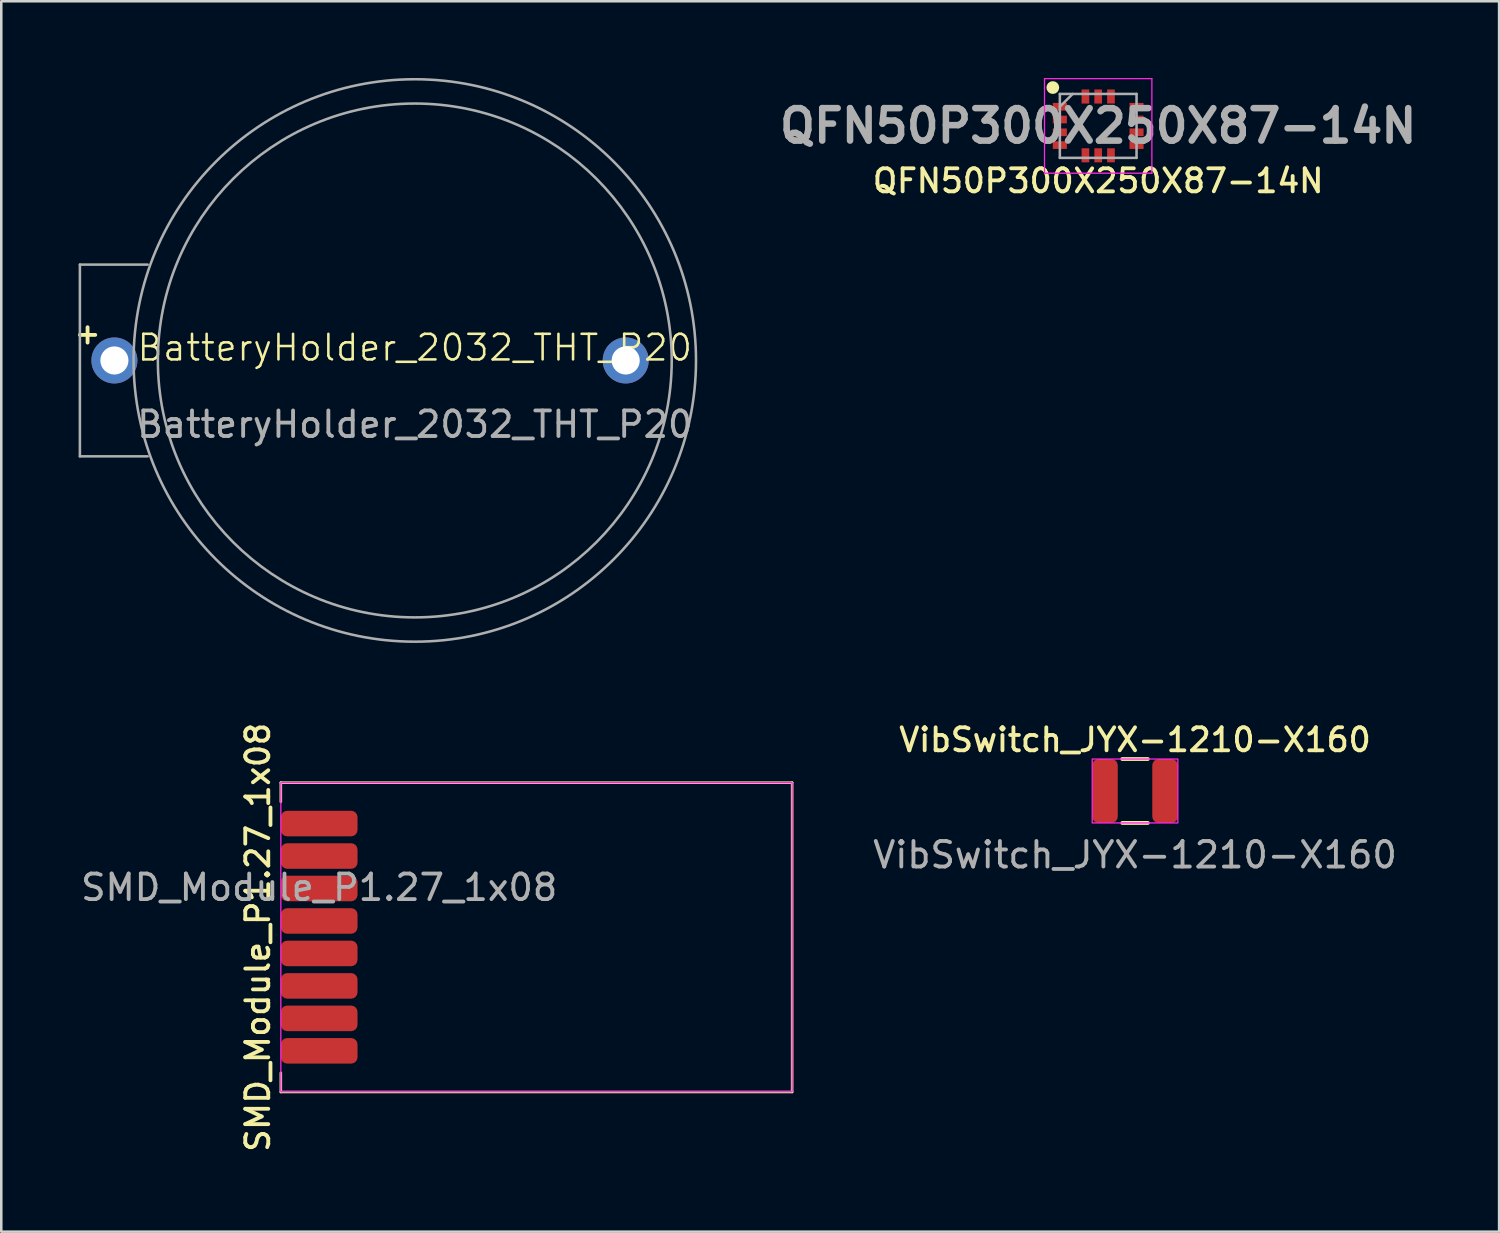
<source format=kicad_pcb>
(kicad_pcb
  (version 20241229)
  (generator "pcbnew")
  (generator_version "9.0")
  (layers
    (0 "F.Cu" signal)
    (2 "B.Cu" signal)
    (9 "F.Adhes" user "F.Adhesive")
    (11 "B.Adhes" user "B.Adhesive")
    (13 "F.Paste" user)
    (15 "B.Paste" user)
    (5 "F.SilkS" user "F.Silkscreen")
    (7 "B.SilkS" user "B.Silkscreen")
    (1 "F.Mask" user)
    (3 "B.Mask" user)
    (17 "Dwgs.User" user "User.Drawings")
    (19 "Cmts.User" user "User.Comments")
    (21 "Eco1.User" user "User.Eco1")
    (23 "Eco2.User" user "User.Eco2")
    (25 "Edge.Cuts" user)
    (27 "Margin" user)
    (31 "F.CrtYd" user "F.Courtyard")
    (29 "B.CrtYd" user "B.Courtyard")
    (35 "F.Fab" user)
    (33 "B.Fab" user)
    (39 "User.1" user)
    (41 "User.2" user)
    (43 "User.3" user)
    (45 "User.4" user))
  (footprint "SMD_Module_P1.27_1x08"
    (layer "F.Cu")
    (at 9.435 29.164)
    (property "Reference" "SMD_Module_P1.27_1x08" (at -2.4 4.45 90) (unlocked yes) (layer "F.SilkS") (effects (font (size 0.9 0.9) (thickness 0.15) (bold yes))))
    (attr smd)
    (fp_line (start -1.5 -1.6) (end 18.5 -1.6) (stroke (width 0.1) (type default)) (layer "F.SilkS"))
    (fp_line (start -1.5 -0.85) (end -1.5 -1.6) (stroke (width 0.1) (type default)) (layer "F.SilkS"))
    (fp_line (start -1.5 10.5) (end -1.5 9.75) (stroke (width 0.1) (type default)) (layer "F.SilkS"))
    (fp_line (start -1.5 10.5) (end 18.5 10.5) (stroke (width 0.1) (type default)) (layer "F.SilkS"))
    (fp_line (start 18.5 -1.6) (end 18.5 10.5) (stroke (width 0.1) (type default)) (layer "F.SilkS"))
    (fp_rect (start -1.5 -1.6) (end 18.5 10.49) (stroke (width 0.05) (type default)) (fill no) (layer "F.CrtYd"))
    (fp_text user "${REFERENCE}" (at 0 2.5 0) (unlocked yes) (layer "F.Fab") (effects (font (size 1 1) (thickness 0.15))))
    (pad "1" smd roundrect (at 0 0) (size 3 1) (layers "F.Cu" "F.Mask" "F.Paste") (roundrect_rratio 0.25))
    (pad "2" smd roundrect (at 0 1.27) (size 3 1) (layers "F.Cu" "F.Mask" "F.Paste") (roundrect_rratio 0.25))
    (pad "3" smd roundrect (at 0 2.54) (size 3 1) (layers "F.Cu" "F.Mask" "F.Paste") (roundrect_rratio 0.25))
    (pad "4" smd roundrect (at 0 3.81) (size 3 1) (layers "F.Cu" "F.Mask" "F.Paste") (roundrect_rratio 0.25))
    (pad "5" smd roundrect (at 0 5.08) (size 3 1) (layers "F.Cu" "F.Mask" "F.Paste") (roundrect_rratio 0.25))
    (pad "6" smd roundrect (at 0 6.35) (size 3 1) (layers "F.Cu" "F.Mask" "F.Paste") (roundrect_rratio 0.25))
    (pad "7" smd roundrect (at 0 7.62) (size 3 1) (layers "F.Cu" "F.Mask" "F.Paste") (roundrect_rratio 0.25))
    (pad "8" smd roundrect (at 0 8.89) (size 3 1) (layers "F.Cu" "F.Mask" "F.Paste") (roundrect_rratio 0.25)))
  (footprint "QFN50P300X250X87-14N"
    (layer "F.Cu")
    (at 39.907 1.875)
    (property "Reference" "QFN50P300X250X87-14N" (at 0 2.15 0) (layer "F.SilkS") (effects (font (size 0.9 0.9) (thickness 0.15) (bold yes))))
    (attr smd)
    (fp_circle (center -1.775 -1.5) (end -1.775 -1.375) (stroke (width 0.25) (type solid)) (fill no) (layer "F.SilkS"))
    (fp_line (start -2.1 -1.85) (end 2.1 -1.85) (stroke (width 0.05) (type solid)) (layer "F.CrtYd"))
    (fp_line (start -2.1 1.85) (end -2.1 -1.85) (stroke (width 0.05) (type solid)) (layer "F.CrtYd"))
    (fp_line (start 2.1 -1.85) (end 2.1 1.85) (stroke (width 0.05) (type solid)) (layer "F.CrtYd"))
    (fp_line (start 2.1 1.85) (end -2.1 1.85) (stroke (width 0.05) (type solid)) (layer "F.CrtYd"))
    (fp_line (start -1.5 -1.25) (end 1.5 -1.25) (stroke (width 0.1) (type solid)) (layer "F.Fab"))
    (fp_line (start -1.5 -0.75) (end -1 -1.25) (stroke (width 0.1) (type solid)) (layer "F.Fab"))
    (fp_line (start -1.5 1.25) (end -1.5 -1.25) (stroke (width 0.1) (type solid)) (layer "F.Fab"))
    (fp_line (start 1.5 -1.25) (end 1.5 1.25) (stroke (width 0.1) (type solid)) (layer "F.Fab"))
    (fp_line (start 1.5 1.25) (end -1.5 1.25) (stroke (width 0.1) (type solid)) (layer "F.Fab"))
    (fp_text user "${REFERENCE}" (at 0 0 0) (layer "F.Fab") (effects (font (size 1.27 1.27) (thickness 0.254))))
    (pad "1" smd rect (at -1.5 -0.75 90) (size 0.3 0.55) (layers "F.Cu" "F.Mask" "F.Paste"))
    (pad "2" smd rect (at -1.5 -0.25 90) (size 0.3 0.55) (layers "F.Cu" "F.Mask" "F.Paste"))
    (pad "3" smd rect (at -1.5 0.25 90) (size 0.3 0.55) (layers "F.Cu" "F.Mask" "F.Paste"))
    (pad "4" smd rect (at -1.5 0.75 90) (size 0.3 0.55) (layers "F.Cu" "F.Mask" "F.Paste"))
    (pad "5" smd rect (at -0.5 1.15) (size 0.3 0.55) (layers "F.Cu" "F.Mask" "F.Paste"))
    (pad "6" smd rect (at 0 1.15) (size 0.3 0.55) (layers "F.Cu" "F.Mask" "F.Paste"))
    (pad "7" smd rect (at 0.5 1.15) (size 0.3 0.55) (layers "F.Cu" "F.Mask" "F.Paste"))
    (pad "8" smd rect (at 1.5 0.75 90) (size 0.3 0.55) (layers "F.Cu" "F.Mask" "F.Paste"))
    (pad "9" smd rect (at 1.5 0.25 90) (size 0.3 0.55) (layers "F.Cu" "F.Mask" "F.Paste"))
    (pad "10" smd rect (at 1.5 -0.25 90) (size 0.3 0.55) (layers "F.Cu" "F.Mask" "F.Paste"))
    (pad "11" smd rect (at 1.5 -0.75 90) (size 0.3 0.55) (layers "F.Cu" "F.Mask" "F.Paste"))
    (pad "12" smd rect (at 0.5 -1.15) (size 0.3 0.55) (layers "F.Cu" "F.Mask" "F.Paste"))
    (pad "13" smd rect (at 0 -1.15) (size 0.3 0.55) (layers "F.Cu" "F.Mask" "F.Paste"))
    (pad "14" smd rect (at -0.5 -1.15) (size 0.3 0.55) (layers "F.Cu" "F.Mask" "F.Paste")))
  (footprint "VibSwitch_JYX-1210-X160"
    (layer "F.Cu")
    (at 41.348 27.89)
    (property "Reference" "VibSwitch_JYX-1210-X160" (at 0 -2 0) (unlocked yes) (layer "F.SilkS") (effects (font (size 0.9 0.9) (thickness 0.15) (bold yes))))
    (attr smd)
    (fp_line (start -0.5 -1.25) (end 0.5 -1.25) (stroke (width 0.15) (type default)) (layer "F.SilkS"))
    (fp_line (start -0.5 1.25) (end 0.5 1.25) (stroke (width 0.15) (type default)) (layer "F.SilkS"))
    (fp_rect (start -1.675 -1.25) (end 1.675 1.25) (stroke (width 0.05) (type default)) (fill no) (layer "F.CrtYd"))
    (fp_text user "${REFERENCE}" (at 0 2.5 0) (unlocked yes) (layer "F.Fab") (effects (font (size 1 1) (thickness 0.15))))
    (pad "1" smd roundrect (at -1.175 0) (size 1 2.5) (layers "F.Cu" "F.Mask" "F.Paste") (roundrect_rratio 0.25))
    (pad "1" smd roundrect (at 1.175 0) (size 1 2.5) (layers "F.Cu" "F.Mask" "F.Paste") (roundrect_rratio 0.25)))
  (footprint "BatteryHolder_2032_THT_P20"
    (layer "F.Cu")
    (at 13.175 11.05)
    (property "Reference" "BatteryHolder_2032_THT_P20" (at 0 -0.5 0) (unlocked yes) (layer "F.SilkS") (effects (font (size 1 1) (thickness 0.1))))
    (attr through_hole)
    (fp_line (start -13.1 -1) (end -12.5 -1) (stroke (width 0.15) (type default)) (layer "F.SilkS"))
    (fp_line (start -12.8 -0.7) (end -12.8 -1.3) (stroke (width 0.15) (type default)) (layer "F.SilkS"))
    (fp_line (start -13.1 -3.75) (end -13.1 3.75) (stroke (width 0.1) (type default)) (layer "F.Fab"))
    (fp_line (start -13.1 -3.75) (end -10.45 -3.75) (stroke (width 0.1) (type default)) (layer "F.Fab"))
    (fp_line (start -13.1 3.75) (end -10.45 3.75) (stroke (width 0.1) (type default)) (layer "F.Fab"))
    (fp_circle (center 0 0) (end 10.05 0) (stroke (width 0.1) (type default)) (fill no) (layer "F.Fab"))
    (fp_circle (center 0 0) (end 11 0) (stroke (width 0.1) (type default)) (fill no) (layer "F.Fab"))
    (fp_text user "${REFERENCE}" (at 0 2.5 0) (unlocked yes) (layer "F.Fab") (effects (font (size 1 1) (thickness 0.15))))
    (pad "1" thru_hole circle (at -11.75 0) (size 1.8 1.8) (drill 1.1) (layers "*.Cu" "*.Mask"))
    (pad "2" thru_hole circle (at 8.25 0) (size 1.8 1.8) (drill 1.1) (layers "*.Cu" "*.Mask")))
  (gr_rect
    (start -3 -3)
    (end 55.589 45.127)
    (stroke (width 0.1) (type default))
    (fill no)
    (layer "Edge.Cuts")))
</source>
